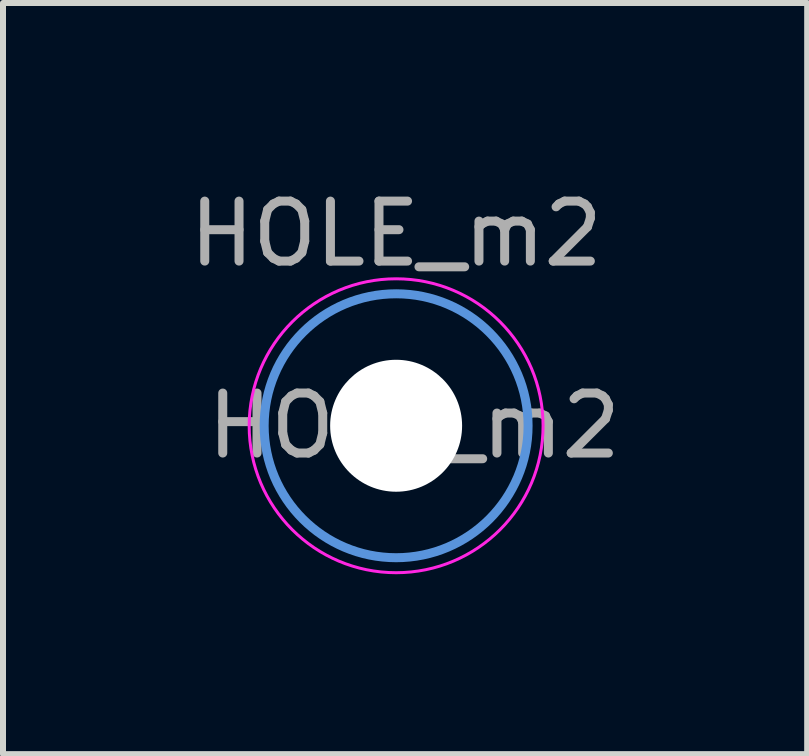
<source format=kicad_pcb>
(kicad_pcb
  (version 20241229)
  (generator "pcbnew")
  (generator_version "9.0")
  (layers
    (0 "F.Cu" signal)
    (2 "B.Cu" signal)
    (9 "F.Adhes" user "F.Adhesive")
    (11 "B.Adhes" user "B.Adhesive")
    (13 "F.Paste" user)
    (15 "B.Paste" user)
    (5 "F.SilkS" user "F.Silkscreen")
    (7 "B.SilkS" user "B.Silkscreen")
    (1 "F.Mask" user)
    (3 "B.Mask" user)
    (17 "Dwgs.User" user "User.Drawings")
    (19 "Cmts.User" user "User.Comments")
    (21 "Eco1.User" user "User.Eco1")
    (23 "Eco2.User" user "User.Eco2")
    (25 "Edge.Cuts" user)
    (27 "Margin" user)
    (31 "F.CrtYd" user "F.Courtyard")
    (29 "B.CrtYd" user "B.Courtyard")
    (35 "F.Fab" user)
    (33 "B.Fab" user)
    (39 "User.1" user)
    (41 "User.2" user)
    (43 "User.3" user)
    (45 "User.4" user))
  (footprint "HOLE_m2"
    (layer "F.Cu")
    (at 3.554 4.048)
    (property "Reference" "HOLE_m2" (at 0 -3.2 0) (layer "F.Fab") (effects (font (size 1 1) (thickness 0.15))))
    (attr exclude_from_pos_files exclude_from_bom)
    (fp_circle (center 0 0) (end 2.2 0) (stroke (width 0.15) (type solid)) (fill no) (layer "Cmts.User"))
    (fp_circle (center 0 0) (end 2.45 0) (stroke (width 0.05) (type solid)) (fill no) (layer "F.CrtYd"))
    (fp_text user "${REFERENCE}" (at 0.3 0 0) (layer "F.Fab") (effects (font (size 1 1) (thickness 0.15))))
    (pad "" np_thru_hole circle (at 0 0) (size 2.2 2.2) (drill 2.2) (layers "*.Cu" "*.Mask")))
  (gr_rect
    (start -3 -3)
    (end 10.407 9.523)
    (stroke (width 0.1) (type default))
    (fill no)
    (layer "Edge.Cuts")))
</source>
